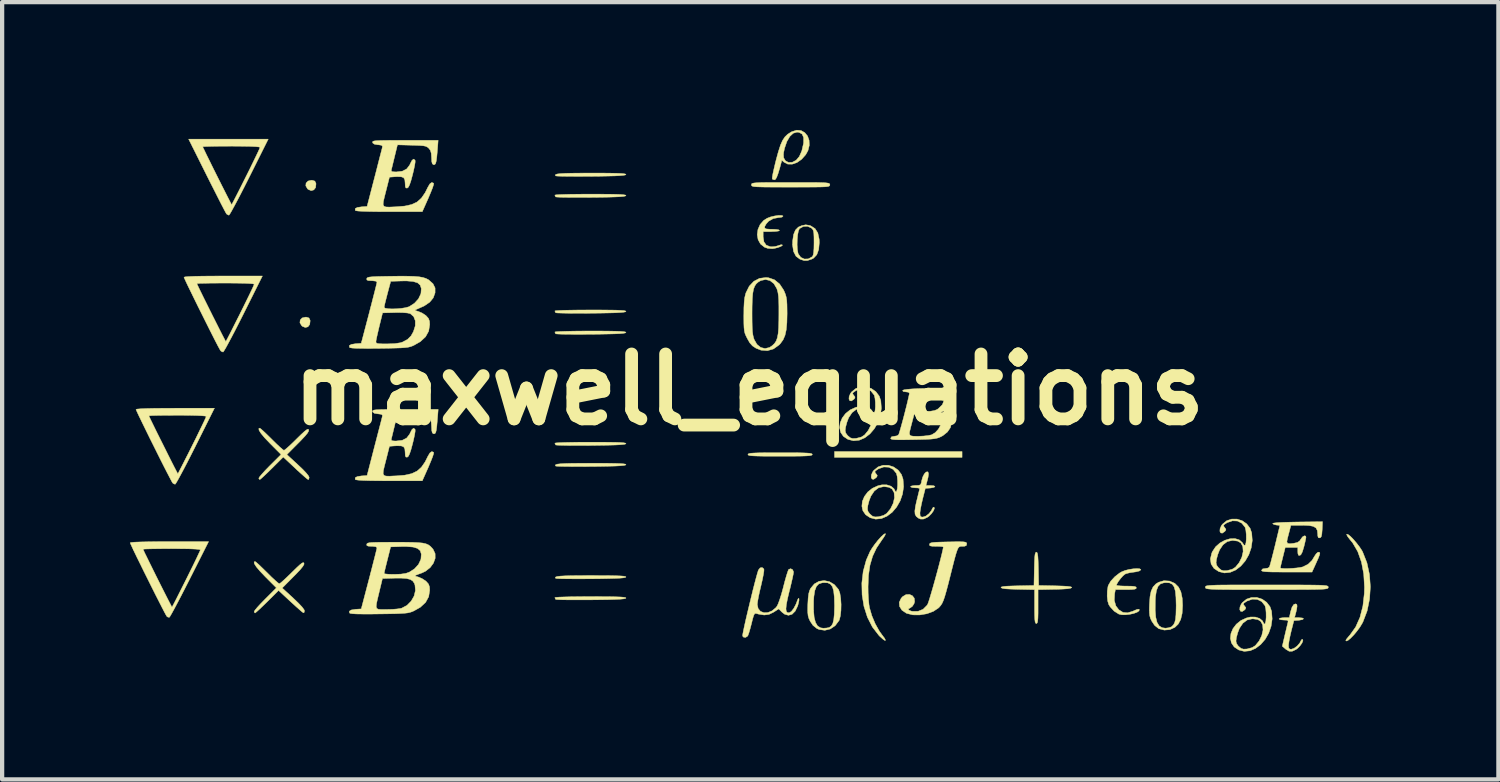
<source format=kicad_pcb>
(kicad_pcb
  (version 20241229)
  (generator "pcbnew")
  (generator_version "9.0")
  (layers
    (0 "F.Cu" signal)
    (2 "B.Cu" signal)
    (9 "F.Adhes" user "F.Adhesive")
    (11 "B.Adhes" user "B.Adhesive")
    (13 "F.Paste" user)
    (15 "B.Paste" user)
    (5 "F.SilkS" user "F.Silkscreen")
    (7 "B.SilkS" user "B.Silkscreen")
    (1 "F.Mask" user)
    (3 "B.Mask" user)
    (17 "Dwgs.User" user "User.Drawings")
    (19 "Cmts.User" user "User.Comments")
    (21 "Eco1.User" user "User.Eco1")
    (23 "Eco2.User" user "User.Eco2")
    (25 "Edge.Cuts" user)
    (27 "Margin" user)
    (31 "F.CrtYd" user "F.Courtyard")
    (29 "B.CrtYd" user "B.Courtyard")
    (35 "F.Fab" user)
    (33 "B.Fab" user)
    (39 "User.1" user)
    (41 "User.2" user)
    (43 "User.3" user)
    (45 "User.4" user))
  (footprint "maxwell_equations"
    (layer "F.Cu")
    (at 14.531 6.092)
    (property "Reference" "maxwell_equations" (at 0 0 0) (layer "F.SilkS") (effects (font (size 1.524 1.524) (thickness 0.3))))
    (attr through_hole)
    (fp_poly (pts (xy 4.998 1.593) (xy 2.005 1.593) (xy 2.005 1.455) (xy 4.998 1.455) (xy 4.998 1.593)) (stroke (width 0.01) (type solid)) (fill yes) (layer "F.SilkS"))
    (fp_poly (pts (xy -10.388 -1.698) (xy -10.329 -1.679) (xy -10.305 -1.629) (xy -10.302 -1.612) (xy -10.312 -1.527) (xy -10.354 -1.472) (xy -10.416 -1.456) (xy -10.485 -1.484) (xy -10.501 -1.499) (xy -10.542 -1.567) (xy -10.535 -1.632) (xy -10.49 -1.68) (xy -10.411 -1.699) (xy -10.388 -1.698)) (stroke (width 0.01) (type solid)) (fill yes) (layer "F.SilkS"))
    (fp_poly (pts (xy -10.251 -4.91) (xy -10.192 -4.892) (xy -10.167 -4.842) (xy -10.165 -4.824) (xy -10.174 -4.739) (xy -10.217 -4.685) (xy -10.279 -4.668) (xy -10.348 -4.697) (xy -10.364 -4.711) (xy -10.404 -4.78) (xy -10.398 -4.845) (xy -10.352 -4.893) (xy -10.274 -4.912) (xy -10.251 -4.91)) (stroke (width 0.01) (type solid)) (fill yes) (layer "F.SilkS"))
    (fp_poly (pts (xy -3.472 -4.585) (xy -3.277 -4.584) (xy -3.127 -4.581) (xy -3.017 -4.577) (xy -2.945 -4.571) (xy -2.904 -4.564) (xy -2.89 -4.554) (xy -2.89 -4.551) (xy -2.907 -4.541) (xy -2.952 -4.532) (xy -3.03 -4.525) (xy -3.146 -4.52) (xy -3.304 -4.515) (xy -3.509 -4.512) (xy -3.711 -4.51) (xy -3.917 -4.509) (xy -4.104 -4.509) (xy -4.267 -4.51) (xy -4.398 -4.512) (xy -4.49 -4.516) (xy -4.536 -4.52) (xy -4.54 -4.521) (xy -4.558 -4.56) (xy -4.558 -4.563) (xy -4.532 -4.569) (xy -4.457 -4.574) (xy -4.341 -4.578) (xy -4.19 -4.582) (xy -4.01 -4.584) (xy -3.809 -4.586) (xy -3.718 -4.586) (xy -3.472 -4.585)) (stroke (width 0.01) (type solid)) (fill yes) (layer "F.SilkS"))
    (fp_poly (pts (xy -3.472 -1.867) (xy -3.277 -1.865) (xy -3.127 -1.863) (xy -3.017 -1.858) (xy -2.945 -1.853) (xy -2.904 -1.845) (xy -2.89 -1.836) (xy -2.89 -1.833) (xy -2.907 -1.822) (xy -2.952 -1.814) (xy -3.03 -1.807) (xy -3.146 -1.801) (xy -3.304 -1.797) (xy -3.509 -1.793) (xy -3.711 -1.791) (xy -3.917 -1.79) (xy -4.104 -1.79) (xy -4.267 -1.791) (xy -4.398 -1.794) (xy -4.49 -1.797) (xy -4.536 -1.801) (xy -4.54 -1.803) (xy -4.558 -1.842) (xy -4.558 -1.844) (xy -4.532 -1.85) (xy -4.457 -1.855) (xy -4.341 -1.86) (xy -4.19 -1.863) (xy -4.01 -1.866) (xy -3.809 -1.867) (xy -3.718 -1.867) (xy -3.472 -1.867)) (stroke (width 0.01) (type solid)) (fill yes) (layer "F.SilkS"))
    (fp_poly (pts (xy -3.472 -1.373) (xy -3.277 -1.371) (xy -3.127 -1.368) (xy -3.017 -1.364) (xy -2.945 -1.358) (xy -2.904 -1.351) (xy -2.89 -1.341) (xy -2.89 -1.339) (xy -2.907 -1.328) (xy -2.952 -1.319) (xy -3.03 -1.312) (xy -3.146 -1.307) (xy -3.304 -1.303) (xy -3.509 -1.299) (xy -3.711 -1.297) (xy -3.917 -1.296) (xy -4.104 -1.296) (xy -4.267 -1.297) (xy -4.398 -1.299) (xy -4.49 -1.303) (xy -4.536 -1.307) (xy -4.54 -1.308) (xy -4.558 -1.348) (xy -4.558 -1.35) (xy -4.532 -1.356) (xy -4.457 -1.361) (xy -4.341 -1.365) (xy -4.19 -1.369) (xy -4.01 -1.372) (xy -3.809 -1.373) (xy -3.718 -1.373) (xy -3.472 -1.373)) (stroke (width 0.01) (type solid)) (fill yes) (layer "F.SilkS"))
    (fp_poly (pts (xy -3.472 1.236) (xy -3.277 1.238) (xy -3.127 1.24) (xy -3.017 1.244) (xy -2.945 1.25) (xy -2.904 1.258) (xy -2.89 1.267) (xy -2.89 1.27) (xy -2.907 1.281) (xy -2.952 1.289) (xy -3.03 1.296) (xy -3.146 1.302) (xy -3.304 1.306) (xy -3.509 1.309) (xy -3.711 1.312) (xy -3.917 1.313) (xy -4.104 1.313) (xy -4.267 1.312) (xy -4.398 1.309) (xy -4.49 1.306) (xy -4.536 1.302) (xy -4.54 1.3) (xy -4.558 1.261) (xy -4.558 1.259) (xy -4.532 1.253) (xy -4.457 1.248) (xy -4.341 1.243) (xy -4.19 1.24) (xy -4.01 1.237) (xy -3.809 1.236) (xy -3.718 1.236) (xy -3.472 1.236)) (stroke (width 0.01) (type solid)) (fill yes) (layer "F.SilkS"))
    (fp_poly (pts (xy -3.472 4.861) (xy -3.277 4.862) (xy -3.127 4.865) (xy -3.017 4.869) (xy -2.945 4.875) (xy -2.904 4.882) (xy -2.89 4.892) (xy -2.89 4.895) (xy -2.907 4.905) (xy -2.952 4.914) (xy -3.03 4.921) (xy -3.146 4.926) (xy -3.304 4.931) (xy -3.509 4.934) (xy -3.711 4.936) (xy -3.917 4.937) (xy -4.104 4.937) (xy -4.267 4.936) (xy -4.398 4.934) (xy -4.49 4.93) (xy -4.536 4.926) (xy -4.54 4.925) (xy -4.558 4.886) (xy -4.558 4.883) (xy -4.532 4.878) (xy -4.457 4.872) (xy -4.341 4.868) (xy -4.19 4.864) (xy -4.01 4.862) (xy -3.809 4.86) (xy -3.718 4.86) (xy -3.472 4.861)) (stroke (width 0.01) (type solid)) (fill yes) (layer "F.SilkS"))
    (fp_poly (pts (xy -3.46 -5.08) (xy -3.266 -5.078) (xy -3.119 -5.075) (xy -3.012 -5.071) (xy -2.941 -5.065) (xy -2.902 -5.057) (xy -2.89 -5.048) (xy -2.89 -5.046) (xy -2.907 -5.035) (xy -2.952 -5.027) (xy -3.03 -5.02) (xy -3.146 -5.014) (xy -3.304 -5.01) (xy -3.509 -5.006) (xy -3.711 -5.004) (xy -3.917 -5.003) (xy -4.104 -5.003) (xy -4.267 -5.004) (xy -4.398 -5.006) (xy -4.489 -5.009) (xy -4.535 -5.013) (xy -4.539 -5.015) (xy -4.549 -5.033) (xy -4.537 -5.047) (xy -4.499 -5.059) (xy -4.429 -5.067) (xy -4.324 -5.073) (xy -4.178 -5.077) (xy -3.986 -5.079) (xy -3.746 -5.08) (xy -3.703 -5.08) (xy -3.46 -5.08)) (stroke (width 0.01) (type solid)) (fill yes) (layer "F.SilkS"))
    (fp_poly (pts (xy -3.46 1.73) (xy -3.266 1.732) (xy -3.119 1.735) (xy -3.012 1.739) (xy -2.941 1.745) (xy -2.902 1.752) (xy -2.89 1.762) (xy -2.89 1.764) (xy -2.907 1.775) (xy -2.952 1.783) (xy -3.03 1.79) (xy -3.146 1.796) (xy -3.304 1.8) (xy -3.509 1.804) (xy -3.711 1.806) (xy -3.917 1.807) (xy -4.104 1.807) (xy -4.267 1.806) (xy -4.398 1.804) (xy -4.489 1.801) (xy -4.535 1.797) (xy -4.539 1.795) (xy -4.549 1.777) (xy -4.537 1.763) (xy -4.499 1.751) (xy -4.429 1.743) (xy -4.324 1.737) (xy -4.178 1.733) (xy -3.986 1.731) (xy -3.746 1.73) (xy -3.703 1.73) (xy -3.46 1.73)) (stroke (width 0.01) (type solid)) (fill yes) (layer "F.SilkS"))
    (fp_poly (pts (xy -3.46 4.367) (xy -3.266 4.368) (xy -3.119 4.371) (xy -3.012 4.375) (xy -2.941 4.381) (xy -2.902 4.389) (xy -2.89 4.398) (xy -2.89 4.4) (xy -2.907 4.411) (xy -2.952 4.42) (xy -3.03 4.427) (xy -3.146 4.432) (xy -3.304 4.436) (xy -3.509 4.44) (xy -3.711 4.442) (xy -3.917 4.443) (xy -4.104 4.443) (xy -4.267 4.442) (xy -4.398 4.44) (xy -4.489 4.437) (xy -4.535 4.433) (xy -4.539 4.431) (xy -4.549 4.413) (xy -4.537 4.399) (xy -4.499 4.387) (xy -4.429 4.379) (xy -4.324 4.373) (xy -4.178 4.369) (xy -3.986 4.367) (xy -3.746 4.366) (xy -3.703 4.366) (xy -3.46 4.367)) (stroke (width 0.01) (type solid)) (fill yes) (layer "F.SilkS"))
    (fp_poly (pts (xy 0.954 1.483) (xy 1.131 1.484) (xy 1.264 1.487) (xy 1.36 1.491) (xy 1.424 1.496) (xy 1.462 1.504) (xy 1.479 1.514) (xy 1.483 1.524) (xy 1.477 1.536) (xy 1.455 1.546) (xy 1.411 1.553) (xy 1.34 1.558) (xy 1.235 1.562) (xy 1.092 1.564) (xy 0.903 1.565) (xy 0.728 1.565) (xy 0.502 1.565) (xy 0.325 1.564) (xy 0.191 1.561) (xy 0.095 1.557) (xy 0.031 1.552) (xy -0.007 1.544) (xy -0.024 1.534) (xy -0.027 1.524) (xy -0.021 1.512) (xy 0.001 1.502) (xy 0.044 1.495) (xy 0.116 1.49) (xy 0.22 1.486) (xy 0.364 1.484) (xy 0.552 1.483) (xy 0.728 1.483) (xy 0.954 1.483)) (stroke (width 0.01) (type solid)) (fill yes) (layer "F.SilkS"))
    (fp_poly (pts (xy 3.201 3.384) (xy 3.194 3.412) (xy 3.16 3.469) (xy 3.117 3.53) (xy 2.991 3.718) (xy 2.899 3.912) (xy 2.837 4.123) (xy 2.802 4.363) (xy 2.792 4.627) (xy 2.794 4.776) (xy 2.802 4.922) (xy 2.814 5.048) (xy 2.826 5.121) (xy 2.881 5.31) (xy 2.961 5.5) (xy 3.056 5.67) (xy 3.12 5.759) (xy 3.18 5.839) (xy 3.202 5.884) (xy 3.189 5.891) (xy 3.145 5.862) (xy 3.071 5.796) (xy 3.045 5.769) (xy 2.894 5.574) (xy 2.777 5.345) (xy 2.696 5.09) (xy 2.652 4.82) (xy 2.646 4.543) (xy 2.678 4.267) (xy 2.75 4.003) (xy 2.838 3.803) (xy 2.888 3.72) (xy 2.953 3.628) (xy 3.024 3.539) (xy 3.093 3.462) (xy 3.152 3.406) (xy 3.191 3.382) (xy 3.201 3.384)) (stroke (width 0.01) (type solid)) (fill yes) (layer "F.SilkS"))
    (fp_poly (pts (xy 14.06 3.404) (xy 14.115 3.448) (xy 14.184 3.519) (xy 14.257 3.604) (xy 14.327 3.695) (xy 14.384 3.782) (xy 14.401 3.815) (xy 14.5 4.066) (xy 14.56 4.341) (xy 14.581 4.63) (xy 14.562 4.919) (xy 14.505 5.196) (xy 14.409 5.448) (xy 14.388 5.489) (xy 14.334 5.578) (xy 14.267 5.669) (xy 14.196 5.755) (xy 14.126 5.827) (xy 14.067 5.879) (xy 14.024 5.903) (xy 14.005 5.891) (xy 14.004 5.887) (xy 14.021 5.858) (xy 14.065 5.804) (xy 14.104 5.759) (xy 14.236 5.574) (xy 14.337 5.347) (xy 14.405 5.083) (xy 14.439 4.787) (xy 14.443 4.641) (xy 14.425 4.33) (xy 14.372 4.05) (xy 14.285 3.804) (xy 14.166 3.599) (xy 14.102 3.521) (xy 14.052 3.457) (xy 14.026 3.41) (xy 14.027 3.394) (xy 14.06 3.404)) (stroke (width 0.01) (type solid)) (fill yes) (layer "F.SilkS"))
    (fp_poly (pts (xy 1.224 -4.86) (xy 1.423 -4.86) (xy 1.578 -4.859) (xy 1.695 -4.856) (xy 1.779 -4.853) (xy 1.835 -4.847) (xy 1.87 -4.84) (xy 1.887 -4.83) (xy 1.894 -4.818) (xy 1.895 -4.805) (xy 1.893 -4.791) (xy 1.885 -4.779) (xy 1.865 -4.769) (xy 1.827 -4.762) (xy 1.766 -4.757) (xy 1.677 -4.754) (xy 1.554 -4.752) (xy 1.391 -4.751) (xy 1.183 -4.751) (xy 0.975 -4.75) (xy 0.726 -4.751) (xy 0.527 -4.751) (xy 0.371 -4.752) (xy 0.254 -4.755) (xy 0.171 -4.758) (xy 0.114 -4.763) (xy 0.08 -4.771) (xy 0.062 -4.781) (xy 0.056 -4.793) (xy 0.055 -4.805) (xy 0.056 -4.82) (xy 0.064 -4.832) (xy 0.085 -4.841) (xy 0.122 -4.848) (xy 0.183 -4.853) (xy 0.272 -4.857) (xy 0.396 -4.859) (xy 0.559 -4.86) (xy 0.766 -4.86) (xy 0.975 -4.86) (xy 1.224 -4.86)) (stroke (width 0.01) (type solid)) (fill yes) (layer "F.SilkS"))
    (fp_poly (pts (xy 0.794 -4.075) (xy 0.796 -4.068) (xy 0.772 -4.047) (xy 0.711 -4.037) (xy 0.699 -4.037) (xy 0.568 -4.013) (xy 0.457 -3.95) (xy 0.402 -3.888) (xy 0.367 -3.826) (xy 0.366 -3.788) (xy 0.404 -3.769) (xy 0.489 -3.762) (xy 0.535 -3.762) (xy 0.629 -3.758) (xy 0.693 -3.748) (xy 0.714 -3.734) (xy 0.689 -3.72) (xy 0.62 -3.711) (xy 0.522 -3.707) (xy 0.33 -3.707) (xy 0.33 -3.583) (xy 0.348 -3.466) (xy 0.402 -3.389) (xy 0.493 -3.353) (xy 0.537 -3.35) (xy 0.62 -3.358) (xy 0.687 -3.378) (xy 0.69 -3.379) (xy 0.747 -3.398) (xy 0.777 -3.396) (xy 0.781 -3.381) (xy 0.744 -3.358) (xy 0.68 -3.334) (xy 0.602 -3.314) (xy 0.549 -3.305) (xy 0.439 -3.313) (xy 0.362 -3.34) (xy 0.268 -3.415) (xy 0.211 -3.518) (xy 0.191 -3.636) (xy 0.208 -3.758) (xy 0.259 -3.873) (xy 0.344 -3.97) (xy 0.424 -4.02) (xy 0.505 -4.051) (xy 0.598 -4.073) (xy 0.686 -4.086) (xy 0.757 -4.087) (xy 0.794 -4.075)) (stroke (width 0.01) (type solid)) (fill yes) (layer "F.SilkS"))
    (fp_poly (pts (xy 1.413 -3.853) (xy 1.448 -3.841) (xy 1.548 -3.777) (xy 1.613 -3.674) (xy 1.644 -3.529) (xy 1.648 -3.452) (xy 1.633 -3.286) (xy 1.589 -3.164) (xy 1.514 -3.084) (xy 1.471 -3.061) (xy 1.371 -3.028) (xy 1.286 -3.028) (xy 1.192 -3.06) (xy 1.101 -3.128) (xy 1.043 -3.239) (xy 1.02 -3.39) (xy 1.02 -3.4) (xy 1.127 -3.4) (xy 1.133 -3.289) (xy 1.148 -3.202) (xy 1.155 -3.182) (xy 1.213 -3.102) (xy 1.297 -3.063) (xy 1.39 -3.066) (xy 1.477 -3.114) (xy 1.483 -3.119) (xy 1.503 -3.153) (xy 1.515 -3.215) (xy 1.522 -3.312) (xy 1.524 -3.45) (xy 1.523 -3.58) (xy 1.519 -3.667) (xy 1.51 -3.722) (xy 1.493 -3.758) (xy 1.467 -3.786) (xy 1.456 -3.794) (xy 1.37 -3.832) (xy 1.273 -3.827) (xy 1.188 -3.78) (xy 1.181 -3.774) (xy 1.158 -3.723) (xy 1.14 -3.633) (xy 1.13 -3.52) (xy 1.127 -3.4) (xy 1.02 -3.4) (xy 1.022 -3.487) (xy 1.044 -3.637) (xy 1.087 -3.742) (xy 1.156 -3.812) (xy 1.238 -3.848) (xy 1.329 -3.866) (xy 1.413 -3.853)) (stroke (width 0.01) (type solid)) (fill yes) (layer "F.SilkS"))
    (fp_poly (pts (xy 6.758 3.826) (xy 6.769 3.859) (xy 6.778 3.922) (xy 6.784 4.024) (xy 6.788 4.172) (xy 6.789 4.208) (xy 6.796 4.599) (xy 7.19 4.607) (xy 7.353 4.612) (xy 7.466 4.618) (xy 7.537 4.627) (xy 7.569 4.638) (xy 7.572 4.648) (xy 7.547 4.663) (xy 7.481 4.675) (xy 7.369 4.683) (xy 7.208 4.689) (xy 7.172 4.689) (xy 6.782 4.697) (xy 6.782 5.094) (xy 6.782 5.252) (xy 6.779 5.363) (xy 6.773 5.435) (xy 6.763 5.475) (xy 6.749 5.49) (xy 6.741 5.492) (xy 6.725 5.484) (xy 6.713 5.456) (xy 6.706 5.4) (xy 6.702 5.308) (xy 6.7 5.173) (xy 6.7 5.094) (xy 6.7 4.697) (xy 6.311 4.689) (xy 6.14 4.684) (xy 6.019 4.677) (xy 5.945 4.666) (xy 5.913 4.651) (xy 5.911 4.648) (xy 5.921 4.634) (xy 5.965 4.623) (xy 6.049 4.615) (xy 6.178 4.61) (xy 6.293 4.607) (xy 6.686 4.599) (xy 6.694 4.208) (xy 6.698 4.05) (xy 6.703 3.939) (xy 6.711 3.869) (xy 6.722 3.831) (xy 6.738 3.817) (xy 6.741 3.817) (xy 6.758 3.826)) (stroke (width 0.01) (type solid)) (fill yes) (layer "F.SilkS"))
    (fp_poly (pts (xy 12.469 4.586) (xy 12.736 4.586) (xy 12.957 4.587) (xy 13.137 4.588) (xy 13.279 4.59) (xy 13.388 4.592) (xy 13.468 4.596) (xy 13.524 4.601) (xy 13.56 4.607) (xy 13.58 4.615) (xy 13.59 4.624) (xy 13.592 4.636) (xy 13.592 4.641) (xy 13.591 4.653) (xy 13.585 4.663) (xy 13.57 4.671) (xy 13.54 4.678) (xy 13.492 4.684) (xy 13.422 4.688) (xy 13.325 4.691) (xy 13.196 4.693) (xy 13.032 4.694) (xy 12.827 4.695) (xy 12.579 4.695) (xy 12.281 4.696) (xy 12.151 4.696) (xy 11.833 4.696) (xy 11.566 4.695) (xy 11.344 4.695) (xy 11.165 4.694) (xy 11.023 4.692) (xy 10.914 4.689) (xy 10.834 4.685) (xy 10.778 4.68) (xy 10.742 4.674) (xy 10.721 4.666) (xy 10.712 4.657) (xy 10.709 4.646) (xy 10.709 4.641) (xy 10.71 4.629) (xy 10.716 4.618) (xy 10.732 4.61) (xy 10.762 4.603) (xy 10.809 4.598) (xy 10.88 4.594) (xy 10.977 4.59) (xy 11.105 4.588) (xy 11.27 4.587) (xy 11.474 4.586) (xy 11.723 4.586) (xy 12.021 4.586) (xy 12.151 4.586) (xy 12.469 4.586)) (stroke (width 0.01) (type solid)) (fill yes) (layer "F.SilkS"))
    (fp_poly (pts (xy 12.855 5.045) (xy 12.861 5.082) (xy 12.852 5.153) (xy 12.839 5.211) (xy 12.801 5.355) (xy 12.908 5.355) (xy 12.986 5.362) (xy 13.013 5.379) (xy 12.99 5.399) (xy 12.917 5.413) (xy 12.901 5.415) (xy 12.786 5.423) (xy 12.723 5.67) (xy 12.695 5.791) (xy 12.673 5.902) (xy 12.661 5.985) (xy 12.659 6.007) (xy 12.665 6.069) (xy 12.692 6.093) (xy 12.724 6.096) (xy 12.79 6.074) (xy 12.863 6.02) (xy 12.924 5.95) (xy 12.948 5.901) (xy 12.972 5.865) (xy 12.991 5.864) (xy 12.998 5.896) (xy 12.975 5.952) (xy 12.929 6.016) (xy 12.871 6.075) (xy 12.837 6.1) (xy 12.748 6.142) (xy 12.674 6.142) (xy 12.599 6.097) (xy 12.588 6.088) (xy 12.514 6.024) (xy 12.574 5.765) (xy 12.602 5.648) (xy 12.626 5.547) (xy 12.643 5.477) (xy 12.648 5.458) (xy 12.649 5.427) (xy 12.618 5.413) (xy 12.551 5.41) (xy 12.481 5.404) (xy 12.442 5.389) (xy 12.439 5.382) (xy 12.464 5.365) (xy 12.525 5.356) (xy 12.558 5.355) (xy 12.678 5.355) (xy 12.711 5.206) (xy 12.743 5.106) (xy 12.784 5.045) (xy 12.828 5.03) (xy 12.855 5.045)) (stroke (width 0.01) (type solid)) (fill yes) (layer "F.SilkS"))
    (fp_poly (pts (xy 1.22 -6.078) (xy 1.306 -6.029) (xy 1.371 -5.951) (xy 1.408 -5.849) (xy 1.413 -5.732) (xy 1.382 -5.608) (xy 1.329 -5.512) (xy 1.232 -5.403) (xy 1.123 -5.327) (xy 1.011 -5.289) (xy 0.906 -5.291) (xy 0.819 -5.336) (xy 0.812 -5.343) (xy 0.777 -5.373) (xy 0.767 -5.377) (xy 0.72 -5.2) (xy 0.681 -5.071) (xy 0.649 -4.985) (xy 0.622 -4.937) (xy 0.6 -4.921) (xy 0.555 -4.931) (xy 0.543 -4.948) (xy 0.545 -4.986) (xy 0.559 -5.067) (xy 0.584 -5.18) (xy 0.616 -5.317) (xy 0.636 -5.395) (xy 0.675 -5.539) (xy 0.806 -5.539) (xy 0.811 -5.439) (xy 0.854 -5.367) (xy 0.925 -5.33) (xy 1.013 -5.333) (xy 1.105 -5.382) (xy 1.179 -5.469) (xy 1.237 -5.601) (xy 1.275 -5.766) (xy 1.279 -5.792) (xy 1.28 -5.914) (xy 1.244 -5.996) (xy 1.172 -6.036) (xy 1.124 -6.041) (xy 1.036 -6.015) (xy 0.955 -5.939) (xy 0.886 -5.82) (xy 0.832 -5.663) (xy 0.806 -5.539) (xy 0.675 -5.539) (xy 0.689 -5.588) (xy 0.737 -5.736) (xy 0.786 -5.847) (xy 0.841 -5.929) (xy 0.905 -5.991) (xy 0.985 -6.042) (xy 1 -6.05) (xy 1.116 -6.087) (xy 1.22 -6.078)) (stroke (width 0.01) (type solid)) (fill yes) (layer "F.SilkS"))
    (fp_poly (pts (xy 9.867 4.495) (xy 9.985 4.546) (xy 9.993 4.551) (xy 10.078 4.636) (xy 10.134 4.748) (xy 10.165 4.897) (xy 10.174 5.066) (xy 10.163 5.254) (xy 10.129 5.398) (xy 10.07 5.507) (xy 9.993 5.581) (xy 9.876 5.635) (xy 9.745 5.646) (xy 9.619 5.614) (xy 9.611 5.61) (xy 9.517 5.535) (xy 9.451 5.437) (xy 9.421 5.373) (xy 9.403 5.311) (xy 9.395 5.236) (xy 9.395 5.177) (xy 9.531 5.177) (xy 9.544 5.343) (xy 9.574 5.465) (xy 9.623 5.546) (xy 9.691 5.589) (xy 9.771 5.601) (xy 9.85 5.591) (xy 9.911 5.57) (xy 9.915 5.567) (xy 9.958 5.525) (xy 9.988 5.47) (xy 10.008 5.393) (xy 10.018 5.284) (xy 10.022 5.133) (xy 10.023 5.067) (xy 10.018 4.875) (xy 10.004 4.732) (xy 9.975 4.631) (xy 9.93 4.569) (xy 9.865 4.537) (xy 9.776 4.532) (xy 9.734 4.536) (xy 9.655 4.561) (xy 9.598 4.62) (xy 9.56 4.719) (xy 9.538 4.862) (xy 9.533 4.961) (xy 9.531 5.177) (xy 9.395 5.177) (xy 9.394 5.132) (xy 9.397 5.039) (xy 9.409 4.862) (xy 9.436 4.73) (xy 9.481 4.633) (xy 9.548 4.562) (xy 9.612 4.523) (xy 9.735 4.487) (xy 9.867 4.495)) (stroke (width 0.01) (type solid)) (fill yes) (layer "F.SilkS"))
    (fp_poly (pts (xy -11.732 -4.984) (xy -11.835 -4.78) (xy -11.931 -4.592) (xy -12.018 -4.426) (xy -12.092 -4.288) (xy -12.15 -4.182) (xy -12.19 -4.115) (xy -12.209 -4.091) (xy -12.252 -4.111) (xy -12.268 -4.126) (xy -12.286 -4.158) (xy -12.326 -4.233) (xy -12.385 -4.346) (xy -12.458 -4.49) (xy -12.544 -4.66) (xy -12.64 -4.849) (xy -12.725 -5.018) (xy -13.064 -5.698) (xy -12.824 -5.698) (xy -12.812 -5.671) (xy -12.779 -5.603) (xy -12.73 -5.501) (xy -12.667 -5.374) (xy -12.596 -5.229) (xy -12.518 -5.073) (xy -12.439 -4.915) (xy -12.362 -4.762) (xy -12.291 -4.622) (xy -12.23 -4.502) (xy -12.183 -4.41) (xy -12.153 -4.353) (xy -12.144 -4.339) (xy -12.131 -4.362) (xy -12.096 -4.428) (xy -12.043 -4.531) (xy -11.975 -4.664) (xy -11.896 -4.821) (xy -11.809 -4.995) (xy -11.808 -4.997) (xy -11.72 -5.173) (xy -11.642 -5.333) (xy -11.575 -5.471) (xy -11.523 -5.58) (xy -11.49 -5.653) (xy -11.478 -5.684) (xy -11.505 -5.693) (xy -11.585 -5.701) (xy -11.716 -5.707) (xy -11.896 -5.71) (xy -12.123 -5.712) (xy -12.151 -5.712) (xy -12.336 -5.711) (xy -12.503 -5.71) (xy -12.642 -5.707) (xy -12.746 -5.704) (xy -12.809 -5.701) (xy -12.824 -5.698) (xy -13.064 -5.698) (xy -13.153 -5.876) (xy -11.286 -5.876) (xy -11.732 -4.984)) (stroke (width 0.01) (type solid)) (fill yes) (layer "F.SilkS"))
    (fp_poly (pts (xy -11.568 4.055) (xy -11.511 4.105) (xy -11.432 4.181) (xy -11.337 4.274) (xy -11.313 4.297) (xy -11.216 4.394) (xy -11.13 4.474) (xy -11.066 4.531) (xy -11.029 4.557) (xy -11.026 4.558) (xy -10.997 4.54) (xy -10.938 4.489) (xy -10.857 4.414) (xy -10.76 4.321) (xy -10.731 4.292) (xy -10.622 4.185) (xy -10.545 4.114) (xy -10.494 4.074) (xy -10.464 4.061) (xy -10.448 4.071) (xy -10.446 4.075) (xy -10.447 4.106) (xy -10.475 4.153) (xy -10.532 4.223) (xy -10.623 4.32) (xy -10.693 4.391) (xy -10.958 4.658) (xy -10.697 4.898) (xy -10.579 5.011) (xy -10.493 5.102) (xy -10.445 5.167) (xy -10.435 5.194) (xy -10.445 5.235) (xy -10.461 5.24) (xy -10.49 5.219) (xy -10.551 5.167) (xy -10.635 5.092) (xy -10.735 5.001) (xy -10.766 4.973) (xy -11.043 4.715) (xy -11.309 4.98) (xy -11.408 5.076) (xy -11.493 5.157) (xy -11.557 5.215) (xy -11.592 5.243) (xy -11.595 5.245) (xy -11.614 5.223) (xy -11.615 5.21) (xy -11.597 5.179) (xy -11.546 5.117) (xy -11.47 5.034) (xy -11.377 4.938) (xy -11.354 4.915) (xy -11.094 4.655) (xy -11.354 4.394) (xy -11.479 4.263) (xy -11.565 4.161) (xy -11.611 4.088) (xy -11.617 4.046) (xy -11.594 4.037) (xy -11.568 4.055)) (stroke (width 0.01) (type solid)) (fill yes) (layer "F.SilkS"))
    (fp_poly (pts (xy -11.458 0.925) (xy -11.401 0.975) (xy -11.322 1.05) (xy -11.227 1.143) (xy -11.203 1.167) (xy -11.106 1.263) (xy -11.021 1.343) (xy -10.956 1.4) (xy -10.92 1.427) (xy -10.916 1.428) (xy -10.888 1.409) (xy -10.829 1.359) (xy -10.747 1.284) (xy -10.65 1.19) (xy -10.622 1.162) (xy -10.513 1.055) (xy -10.435 0.983) (xy -10.384 0.944) (xy -10.354 0.931) (xy -10.338 0.94) (xy -10.336 0.945) (xy -10.338 0.975) (xy -10.365 1.023) (xy -10.422 1.092) (xy -10.513 1.189) (xy -10.583 1.26) (xy -10.849 1.527) (xy -10.587 1.768) (xy -10.476 1.873) (xy -10.392 1.962) (xy -10.34 2.028) (xy -10.325 2.062) (xy -10.334 2.105) (xy -10.346 2.114) (xy -10.373 2.097) (xy -10.431 2.048) (xy -10.514 1.974) (xy -10.614 1.884) (xy -10.65 1.849) (xy -10.933 1.584) (xy -11.199 1.849) (xy -11.298 1.946) (xy -11.383 2.027) (xy -11.447 2.085) (xy -11.482 2.113) (xy -11.485 2.114) (xy -11.504 2.093) (xy -11.506 2.08) (xy -11.487 2.048) (xy -11.436 1.987) (xy -11.361 1.904) (xy -11.267 1.807) (xy -11.245 1.785) (xy -10.984 1.525) (xy -11.245 1.263) (xy -11.369 1.133) (xy -11.455 1.03) (xy -11.501 0.957) (xy -11.507 0.916) (xy -11.484 0.906) (xy -11.458 0.925)) (stroke (width 0.01) (type solid)) (fill yes) (layer "F.SilkS"))
    (fp_poly (pts (xy 1.885 4.509) (xy 1.999 4.577) (xy 2.094 4.687) (xy 2.101 4.698) (xy 2.131 4.782) (xy 2.15 4.903) (xy 2.159 5.043) (xy 2.156 5.185) (xy 2.142 5.313) (xy 2.117 5.408) (xy 2.11 5.423) (xy 2.019 5.543) (xy 1.905 5.62) (xy 1.777 5.651) (xy 1.645 5.632) (xy 1.593 5.61) (xy 1.499 5.535) (xy 1.433 5.437) (xy 1.403 5.373) (xy 1.385 5.311) (xy 1.377 5.236) (xy 1.376 5.178) (xy 1.513 5.178) (xy 1.527 5.347) (xy 1.559 5.469) (xy 1.608 5.55) (xy 1.678 5.593) (xy 1.743 5.602) (xy 1.821 5.597) (xy 1.879 5.585) (xy 1.88 5.585) (xy 1.928 5.552) (xy 1.964 5.493) (xy 1.987 5.4) (xy 2 5.267) (xy 2.005 5.086) (xy 2.005 5.066) (xy 2 4.874) (xy 1.985 4.731) (xy 1.957 4.631) (xy 1.911 4.568) (xy 1.846 4.537) (xy 1.758 4.532) (xy 1.715 4.536) (xy 1.637 4.561) (xy 1.58 4.62) (xy 1.542 4.719) (xy 1.52 4.862) (xy 1.514 4.961) (xy 1.513 5.178) (xy 1.376 5.178) (xy 1.376 5.132) (xy 1.378 5.039) (xy 1.386 4.895) (xy 1.399 4.792) (xy 1.42 4.717) (xy 1.443 4.668) (xy 1.531 4.563) (xy 1.641 4.501) (xy 1.762 4.484) (xy 1.885 4.509)) (stroke (width 0.01) (type solid)) (fill yes) (layer "F.SilkS"))
    (fp_poly (pts (xy 4.199 1.936) (xy 4.211 1.979) (xy 4.2 2.063) (xy 4.189 2.108) (xy 4.151 2.252) (xy 4.259 2.252) (xy 4.337 2.259) (xy 4.363 2.276) (xy 4.34 2.296) (xy 4.267 2.31) (xy 4.251 2.312) (xy 4.136 2.32) (xy 4.073 2.567) (xy 4.045 2.688) (xy 4.023 2.799) (xy 4.011 2.882) (xy 4.01 2.904) (xy 4.015 2.966) (xy 4.042 2.99) (xy 4.079 2.993) (xy 4.149 2.97) (xy 4.222 2.913) (xy 4.28 2.838) (xy 4.299 2.797) (xy 4.322 2.762) (xy 4.341 2.761) (xy 4.349 2.794) (xy 4.325 2.849) (xy 4.28 2.913) (xy 4.222 2.972) (xy 4.188 2.997) (xy 4.099 3.039) (xy 4.027 3.041) (xy 3.975 3.019) (xy 3.923 2.978) (xy 3.895 2.926) (xy 3.89 2.85) (xy 3.905 2.741) (xy 3.926 2.643) (xy 3.954 2.53) (xy 3.977 2.433) (xy 3.994 2.368) (xy 3.998 2.355) (xy 3.999 2.324) (xy 3.968 2.31) (xy 3.901 2.307) (xy 3.832 2.301) (xy 3.793 2.286) (xy 3.789 2.279) (xy 3.814 2.263) (xy 3.876 2.253) (xy 3.911 2.252) (xy 3.986 2.249) (xy 4.024 2.232) (xy 4.042 2.188) (xy 4.05 2.142) (xy 4.075 2.053) (xy 4.112 1.981) (xy 4.154 1.936) (xy 4.192 1.931) (xy 4.199 1.936)) (stroke (width 0.01) (type solid)) (fill yes) (layer "F.SilkS"))
    (fp_poly (pts (xy 9.166 4.207) (xy 9.194 4.224) (xy 9.194 4.232) (xy 9.158 4.259) (xy 9.076 4.279) (xy 9.032 4.285) (xy 8.935 4.299) (xy 8.853 4.32) (xy 8.822 4.333) (xy 8.775 4.372) (xy 8.718 4.436) (xy 8.665 4.506) (xy 8.63 4.567) (xy 8.622 4.592) (xy 8.648 4.602) (xy 8.715 4.609) (xy 8.813 4.613) (xy 8.856 4.613) (xy 8.972 4.615) (xy 9.044 4.621) (xy 9.079 4.634) (xy 9.089 4.654) (xy 9.079 4.675) (xy 9.044 4.687) (xy 8.974 4.694) (xy 8.859 4.696) (xy 8.843 4.696) (xy 8.597 4.696) (xy 8.579 4.793) (xy 8.571 4.948) (xy 8.608 5.078) (xy 8.677 5.169) (xy 8.774 5.23) (xy 8.882 5.241) (xy 9.008 5.203) (xy 9.034 5.19) (xy 9.105 5.161) (xy 9.15 5.156) (xy 9.157 5.161) (xy 9.152 5.195) (xy 9.105 5.227) (xy 9.028 5.255) (xy 8.933 5.276) (xy 8.835 5.287) (xy 8.744 5.286) (xy 8.677 5.27) (xy 8.568 5.201) (xy 8.474 5.099) (xy 8.441 5.047) (xy 8.416 4.964) (xy 8.404 4.85) (xy 8.407 4.729) (xy 8.423 4.623) (xy 8.432 4.594) (xy 8.489 4.496) (xy 8.582 4.395) (xy 8.693 4.308) (xy 8.745 4.278) (xy 8.823 4.247) (xy 8.917 4.223) (xy 9.014 4.208) (xy 9.101 4.202) (xy 9.166 4.207)) (stroke (width 0.01) (type solid)) (fill yes) (layer "F.SilkS"))
    (fp_poly (pts (xy -13.132 4.454) (xy -13.236 4.658) (xy -13.332 4.845) (xy -13.419 5.011) (xy -13.493 5.15) (xy -13.551 5.256) (xy -13.591 5.324) (xy -13.609 5.348) (xy -13.65 5.337) (xy -13.668 5.321) (xy -13.688 5.287) (xy -13.728 5.212) (xy -13.785 5.102) (xy -13.855 4.964) (xy -13.936 4.806) (xy -14.022 4.634) (xy -14.111 4.455) (xy -14.2 4.277) (xy -14.284 4.105) (xy -14.362 3.948) (xy -14.428 3.811) (xy -14.458 3.748) (xy -14.224 3.748) (xy -14.212 3.775) (xy -14.18 3.844) (xy -14.13 3.945) (xy -14.068 4.072) (xy -13.996 4.217) (xy -13.919 4.373) (xy -13.84 4.531) (xy -13.763 4.684) (xy -13.692 4.824) (xy -13.631 4.944) (xy -13.583 5.036) (xy -13.554 5.093) (xy -13.545 5.107) (xy -13.531 5.084) (xy -13.496 5.018) (xy -13.443 4.915) (xy -13.376 4.782) (xy -13.297 4.625) (xy -13.209 4.451) (xy -13.208 4.449) (xy -13.121 4.273) (xy -13.042 4.113) (xy -12.975 3.975) (xy -12.924 3.866) (xy -12.89 3.793) (xy -12.878 3.762) (xy -12.906 3.753) (xy -12.986 3.745) (xy -13.117 3.739) (xy -13.296 3.736) (xy -13.523 3.735) (xy -13.551 3.734) (xy -13.737 3.735) (xy -13.903 3.737) (xy -14.042 3.739) (xy -14.146 3.742) (xy -14.209 3.745) (xy -14.224 3.748) (xy -14.458 3.748) (xy -14.479 3.703) (xy -14.513 3.629) (xy -14.526 3.598) (xy -14.526 3.597) (xy -14.499 3.589) (xy -14.418 3.582) (xy -14.285 3.577) (xy -14.1 3.573) (xy -13.866 3.57) (xy -13.606 3.57) (xy -12.686 3.57) (xy -13.132 4.454)) (stroke (width 0.01) (type solid)) (fill yes) (layer "F.SilkS"))
    (fp_poly (pts (xy -12.995 1.332) (xy -13.098 1.536) (xy -13.194 1.724) (xy -13.281 1.89) (xy -13.355 2.028) (xy -13.413 2.134) (xy -13.453 2.201) (xy -13.472 2.224) (xy -13.516 2.205) (xy -13.531 2.19) (xy -13.551 2.156) (xy -13.591 2.08) (xy -13.648 1.971) (xy -13.719 1.833) (xy -13.799 1.675) (xy -13.885 1.503) (xy -13.974 1.324) (xy -14.063 1.146) (xy -14.147 0.975) (xy -14.224 0.817) (xy -14.29 0.681) (xy -14.321 0.618) (xy -14.087 0.618) (xy -14.075 0.645) (xy -14.043 0.713) (xy -13.993 0.815) (xy -13.931 0.942) (xy -13.859 1.087) (xy -13.781 1.242) (xy -13.702 1.4) (xy -13.626 1.553) (xy -13.555 1.694) (xy -13.494 1.814) (xy -13.446 1.906) (xy -13.416 1.963) (xy -13.407 1.977) (xy -13.394 1.954) (xy -13.359 1.887) (xy -13.306 1.784) (xy -13.239 1.652) (xy -13.159 1.495) (xy -13.072 1.321) (xy -13.071 1.318) (xy -12.983 1.143) (xy -12.905 0.982) (xy -12.838 0.845) (xy -12.786 0.736) (xy -12.753 0.663) (xy -12.741 0.632) (xy -12.768 0.622) (xy -12.848 0.615) (xy -12.979 0.609) (xy -13.159 0.605) (xy -13.386 0.604) (xy -13.414 0.604) (xy -13.6 0.605) (xy -13.766 0.606) (xy -13.905 0.608) (xy -14.009 0.611) (xy -14.072 0.615) (xy -14.087 0.618) (xy -14.321 0.618) (xy -14.342 0.573) (xy -14.376 0.499) (xy -14.389 0.467) (xy -14.389 0.467) (xy -14.362 0.459) (xy -14.281 0.452) (xy -14.147 0.446) (xy -13.963 0.442) (xy -13.728 0.44) (xy -13.469 0.439) (xy -12.549 0.439) (xy -12.995 1.332)) (stroke (width 0.01) (type solid)) (fill yes) (layer "F.SilkS"))
    (fp_poly (pts (xy -11.869 -1.771) (xy -11.972 -1.567) (xy -12.068 -1.379) (xy -12.155 -1.213) (xy -12.229 -1.075) (xy -12.287 -0.969) (xy -12.328 -0.902) (xy -12.346 -0.879) (xy -12.39 -0.898) (xy -12.405 -0.913) (xy -12.425 -0.947) (xy -12.466 -1.022) (xy -12.523 -1.132) (xy -12.593 -1.27) (xy -12.673 -1.428) (xy -12.759 -1.6) (xy -12.848 -1.779) (xy -12.937 -1.957) (xy -13.021 -2.128) (xy -13.098 -2.286) (xy -13.165 -2.422) (xy -13.195 -2.485) (xy -12.961 -2.485) (xy -12.949 -2.458) (xy -12.917 -2.39) (xy -12.867 -2.288) (xy -12.805 -2.161) (xy -12.733 -2.016) (xy -12.656 -1.861) (xy -12.577 -1.703) (xy -12.5 -1.55) (xy -12.429 -1.409) (xy -12.368 -1.289) (xy -12.32 -1.197) (xy -12.29 -1.14) (xy -12.282 -1.126) (xy -12.268 -1.149) (xy -12.233 -1.216) (xy -12.18 -1.318) (xy -12.113 -1.451) (xy -12.034 -1.608) (xy -11.946 -1.782) (xy -11.945 -1.785) (xy -11.858 -1.96) (xy -11.779 -2.121) (xy -11.712 -2.258) (xy -11.66 -2.367) (xy -11.627 -2.44) (xy -11.615 -2.471) (xy -11.642 -2.481) (xy -11.722 -2.488) (xy -11.853 -2.494) (xy -12.033 -2.497) (xy -12.26 -2.499) (xy -12.288 -2.499) (xy -12.474 -2.498) (xy -12.64 -2.497) (xy -12.779 -2.494) (xy -12.883 -2.492) (xy -12.946 -2.488) (xy -12.961 -2.485) (xy -13.195 -2.485) (xy -13.216 -2.53) (xy -13.25 -2.604) (xy -13.263 -2.636) (xy -13.263 -2.636) (xy -13.236 -2.644) (xy -13.155 -2.651) (xy -13.021 -2.657) (xy -12.837 -2.661) (xy -12.603 -2.663) (xy -12.343 -2.664) (xy -11.423 -2.664) (xy -11.869 -1.771)) (stroke (width 0.01) (type solid)) (fill yes) (layer "F.SilkS"))
    (fp_poly (pts (xy 0.456 -2.623) (xy 0.596 -2.575) (xy 0.715 -2.478) (xy 0.811 -2.333) (xy 0.826 -2.3) (xy 0.853 -2.234) (xy 0.871 -2.17) (xy 0.883 -2.094) (xy 0.889 -1.995) (xy 0.891 -1.859) (xy 0.892 -1.785) (xy 0.887 -1.572) (xy 0.872 -1.404) (xy 0.843 -1.272) (xy 0.798 -1.167) (xy 0.735 -1.08) (xy 0.705 -1.048) (xy 0.573 -0.953) (xy 0.429 -0.912) (xy 0.279 -0.924) (xy 0.162 -0.97) (xy 0.08 -1.024) (xy 0.016 -1.096) (xy -0.041 -1.195) (xy -0.074 -1.261) (xy -0.097 -1.317) (xy -0.111 -1.377) (xy -0.119 -1.452) (xy -0.123 -1.554) (xy -0.124 -1.695) (xy -0.124 -1.742) (xy -0.123 -1.785) (xy 0.069 -1.785) (xy 0.07 -1.6) (xy 0.073 -1.461) (xy 0.079 -1.357) (xy 0.09 -1.278) (xy 0.105 -1.215) (xy 0.119 -1.173) (xy 0.185 -1.058) (xy 0.273 -0.987) (xy 0.374 -0.962) (xy 0.479 -0.987) (xy 0.545 -1.031) (xy 0.597 -1.081) (xy 0.636 -1.14) (xy 0.663 -1.215) (xy 0.682 -1.315) (xy 0.693 -1.448) (xy 0.698 -1.621) (xy 0.699 -1.771) (xy 0.699 -1.953) (xy 0.696 -2.09) (xy 0.689 -2.192) (xy 0.678 -2.27) (xy 0.662 -2.333) (xy 0.65 -2.369) (xy 0.583 -2.484) (xy 0.492 -2.556) (xy 0.387 -2.582) (xy 0.276 -2.558) (xy 0.219 -2.526) (xy 0.169 -2.483) (xy 0.132 -2.428) (xy 0.104 -2.356) (xy 0.086 -2.256) (xy 0.075 -2.123) (xy 0.07 -1.948) (xy 0.069 -1.785) (xy -0.123 -1.785) (xy -0.122 -1.918) (xy -0.115 -2.051) (xy -0.104 -2.153) (xy -0.085 -2.234) (xy -0.075 -2.268) (xy 0.003 -2.425) (xy 0.111 -2.54) (xy 0.244 -2.609) (xy 0.396 -2.629) (xy 0.456 -2.623)) (stroke (width 0.01) (type solid)) (fill yes) (layer "F.SilkS"))
    (fp_poly (pts (xy 5.03 3.575) (xy 5.076 3.582) (xy 5.099 3.593) (xy 5.107 3.61) (xy 5.107 3.624) (xy 5.097 3.662) (xy 5.056 3.678) (xy 5.011 3.68) (xy 4.976 3.68) (xy 4.948 3.684) (xy 4.924 3.699) (xy 4.901 3.73) (xy 4.879 3.784) (xy 4.852 3.866) (xy 4.82 3.982) (xy 4.78 4.138) (xy 4.729 4.341) (xy 4.721 4.373) (xy 4.669 4.579) (xy 4.626 4.739) (xy 4.591 4.86) (xy 4.56 4.95) (xy 4.53 5.017) (xy 4.499 5.066) (xy 4.464 5.107) (xy 4.444 5.127) (xy 4.325 5.206) (xy 4.173 5.262) (xy 4.007 5.29) (xy 3.844 5.289) (xy 3.702 5.254) (xy 3.686 5.247) (xy 3.586 5.178) (xy 3.531 5.09) (xy 3.524 4.994) (xy 3.568 4.9) (xy 3.603 4.861) (xy 3.683 4.813) (xy 3.764 4.809) (xy 3.832 4.839) (xy 3.877 4.898) (xy 3.885 4.979) (xy 3.872 5.024) (xy 3.833 5.087) (xy 3.786 5.122) (xy 3.74 5.148) (xy 3.746 5.175) (xy 3.801 5.199) (xy 3.832 5.206) (xy 3.966 5.205) (xy 4.084 5.157) (xy 4.176 5.064) (xy 4.192 5.038) (xy 4.21 4.991) (xy 4.239 4.9) (xy 4.276 4.776) (xy 4.319 4.628) (xy 4.365 4.464) (xy 4.411 4.296) (xy 4.455 4.131) (xy 4.494 3.98) (xy 4.526 3.851) (xy 4.548 3.755) (xy 4.558 3.7) (xy 4.558 3.696) (xy 4.533 3.687) (xy 4.468 3.681) (xy 4.391 3.68) (xy 4.299 3.678) (xy 4.25 3.669) (xy 4.233 3.651) (xy 4.234 3.632) (xy 4.242 3.613) (xy 4.265 3.6) (xy 4.31 3.59) (xy 4.386 3.584) (xy 4.499 3.58) (xy 4.659 3.576) (xy 4.675 3.576) (xy 4.838 3.573) (xy 4.954 3.573) (xy 5.03 3.575)) (stroke (width 0.01) (type solid)) (fill yes) (layer "F.SilkS"))
    (fp_poly (pts (xy 2.749 -0.062) (xy 2.87 -0.023) (xy 2.975 0.05) (xy 3.054 0.154) (xy 3.091 0.263) (xy 3.104 0.44) (xy 3.08 0.613) (xy 3.023 0.775) (xy 2.94 0.919) (xy 2.836 1.041) (xy 2.716 1.133) (xy 2.585 1.189) (xy 2.45 1.202) (xy 2.32 1.17) (xy 2.213 1.099) (xy 2.149 1.005) (xy 2.14 0.962) (xy 2.255 0.962) (xy 2.268 1.02) (xy 2.305 1.071) (xy 2.322 1.089) (xy 2.377 1.134) (xy 2.433 1.15) (xy 2.516 1.146) (xy 2.635 1.115) (xy 2.709 1.067) (xy 2.798 0.958) (xy 2.86 0.831) (xy 2.89 0.702) (xy 2.882 0.586) (xy 2.878 0.574) (xy 2.835 0.497) (xy 2.765 0.455) (xy 2.657 0.44) (xy 2.635 0.439) (xy 2.518 0.465) (xy 2.417 0.541) (xy 2.337 0.661) (xy 2.296 0.768) (xy 2.265 0.883) (xy 2.255 0.962) (xy 2.14 0.962) (xy 2.125 0.897) (xy 2.138 0.782) (xy 2.185 0.669) (xy 2.263 0.565) (xy 2.37 0.479) (xy 2.503 0.418) (xy 2.595 0.397) (xy 2.709 0.397) (xy 2.809 0.43) (xy 2.879 0.487) (xy 2.898 0.525) (xy 2.917 0.563) (xy 2.937 0.551) (xy 2.941 0.546) (xy 2.957 0.49) (xy 2.964 0.401) (xy 2.963 0.298) (xy 2.954 0.203) (xy 2.938 0.134) (xy 2.935 0.129) (xy 2.859 0.034) (xy 2.758 -0.017) (xy 2.64 -0.022) (xy 2.518 0.02) (xy 2.503 0.029) (xy 2.445 0.067) (xy 2.429 0.094) (xy 2.447 0.125) (xy 2.456 0.135) (xy 2.486 0.177) (xy 2.477 0.209) (xy 2.456 0.231) (xy 2.401 0.268) (xy 2.363 0.262) (xy 2.344 0.223) (xy 2.348 0.164) (xy 2.378 0.094) (xy 2.403 0.059) (xy 2.505 -0.024) (xy 2.624 -0.063) (xy 2.749 -0.062)) (stroke (width 0.01) (type solid)) (fill yes) (layer "F.SilkS"))
    (fp_poly (pts (xy 3.271 1.778) (xy 3.391 1.817) (xy 3.497 1.89) (xy 3.575 1.993) (xy 3.613 2.103) (xy 3.626 2.28) (xy 3.601 2.452) (xy 3.545 2.614) (xy 3.462 2.759) (xy 3.358 2.881) (xy 3.237 2.972) (xy 3.107 3.028) (xy 2.971 3.042) (xy 2.842 3.009) (xy 2.735 2.938) (xy 2.671 2.845) (xy 2.661 2.802) (xy 2.777 2.802) (xy 2.79 2.859) (xy 2.827 2.911) (xy 2.844 2.929) (xy 2.898 2.974) (xy 2.955 2.99) (xy 3.038 2.986) (xy 3.156 2.954) (xy 3.231 2.907) (xy 3.32 2.798) (xy 3.382 2.671) (xy 3.412 2.541) (xy 3.404 2.426) (xy 3.4 2.413) (xy 3.357 2.337) (xy 3.287 2.295) (xy 3.179 2.279) (xy 3.157 2.279) (xy 3.04 2.305) (xy 2.939 2.381) (xy 2.859 2.501) (xy 2.817 2.608) (xy 2.787 2.723) (xy 2.777 2.802) (xy 2.661 2.802) (xy 2.647 2.737) (xy 2.659 2.622) (xy 2.707 2.509) (xy 2.785 2.405) (xy 2.892 2.319) (xy 3.025 2.258) (xy 3.117 2.237) (xy 3.231 2.237) (xy 3.331 2.269) (xy 3.4 2.327) (xy 3.42 2.365) (xy 3.438 2.403) (xy 3.459 2.391) (xy 3.462 2.386) (xy 3.478 2.33) (xy 3.486 2.241) (xy 3.485 2.138) (xy 3.476 2.042) (xy 3.459 1.974) (xy 3.457 1.968) (xy 3.381 1.874) (xy 3.279 1.823) (xy 3.162 1.817) (xy 3.039 1.86) (xy 3.024 1.869) (xy 2.967 1.907) (xy 2.951 1.934) (xy 2.969 1.965) (xy 2.978 1.975) (xy 3.008 2.017) (xy 2.998 2.049) (xy 2.977 2.071) (xy 2.923 2.108) (xy 2.885 2.101) (xy 2.866 2.063) (xy 2.87 2.004) (xy 2.9 1.934) (xy 2.925 1.899) (xy 3.027 1.816) (xy 3.145 1.777) (xy 3.271 1.778)) (stroke (width 0.01) (type solid)) (fill yes) (layer "F.SilkS"))
    (fp_poly (pts (xy 11.454 3.041) (xy 11.574 3.08) (xy 11.679 3.153) (xy 11.758 3.257) (xy 11.796 3.366) (xy 11.809 3.543) (xy 11.784 3.716) (xy 11.728 3.877) (xy 11.645 4.022) (xy 11.54 4.144) (xy 11.42 4.236) (xy 11.29 4.291) (xy 11.154 4.305) (xy 11.025 4.273) (xy 10.911 4.198) (xy 10.844 4.097) (xy 10.839 4.065) (xy 10.96 4.065) (xy 10.973 4.123) (xy 11.01 4.174) (xy 11.027 4.192) (xy 11.081 4.237) (xy 11.138 4.253) (xy 11.221 4.249) (xy 11.339 4.218) (xy 11.414 4.17) (xy 11.503 4.061) (xy 11.565 3.934) (xy 11.595 3.804) (xy 11.587 3.689) (xy 11.583 3.676) (xy 11.54 3.6) (xy 11.47 3.558) (xy 11.362 3.543) (xy 11.34 3.542) (xy 11.223 3.568) (xy 11.122 3.644) (xy 11.042 3.764) (xy 11 3.871) (xy 10.969 3.986) (xy 10.96 4.065) (xy 10.839 4.065) (xy 10.826 3.976) (xy 10.859 3.838) (xy 10.875 3.802) (xy 10.95 3.69) (xy 11.051 3.601) (xy 11.166 3.538) (xy 11.287 3.502) (xy 11.403 3.498) (xy 11.503 3.528) (xy 11.577 3.593) (xy 11.589 3.613) (xy 11.62 3.656) (xy 11.644 3.65) (xy 11.647 3.646) (xy 11.662 3.592) (xy 11.669 3.504) (xy 11.668 3.402) (xy 11.659 3.307) (xy 11.643 3.239) (xy 11.64 3.232) (xy 11.564 3.137) (xy 11.462 3.086) (xy 11.345 3.081) (xy 11.222 3.123) (xy 11.207 3.132) (xy 11.15 3.17) (xy 11.134 3.197) (xy 11.152 3.228) (xy 11.161 3.238) (xy 11.191 3.28) (xy 11.181 3.312) (xy 11.16 3.334) (xy 11.106 3.371) (xy 11.068 3.364) (xy 11.049 3.326) (xy 11.053 3.267) (xy 11.083 3.197) (xy 11.108 3.162) (xy 11.209 3.079) (xy 11.328 3.04) (xy 11.454 3.041)) (stroke (width 0.01) (type solid)) (fill yes) (layer "F.SilkS"))
    (fp_poly (pts (xy 11.92 4.881) (xy 12.041 4.92) (xy 12.146 4.993) (xy 12.225 5.096) (xy 12.263 5.206) (xy 12.276 5.383) (xy 12.251 5.555) (xy 12.195 5.717) (xy 12.112 5.862) (xy 12.007 5.984) (xy 11.887 6.075) (xy 11.757 6.131) (xy 11.621 6.145) (xy 11.492 6.112) (xy 11.385 6.041) (xy 11.321 5.948) (xy 11.311 5.905) (xy 11.427 5.905) (xy 11.44 5.962) (xy 11.476 6.014) (xy 11.494 6.032) (xy 11.548 6.077) (xy 11.605 6.093) (xy 11.688 6.089) (xy 11.806 6.057) (xy 11.881 6.01) (xy 11.97 5.901) (xy 12.032 5.774) (xy 12.062 5.644) (xy 12.053 5.529) (xy 12.049 5.516) (xy 12.007 5.44) (xy 11.937 5.397) (xy 11.829 5.382) (xy 11.807 5.382) (xy 11.69 5.408) (xy 11.589 5.484) (xy 11.508 5.604) (xy 11.467 5.711) (xy 11.436 5.826) (xy 11.427 5.905) (xy 11.311 5.905) (xy 11.296 5.84) (xy 11.309 5.725) (xy 11.356 5.612) (xy 11.435 5.508) (xy 11.542 5.421) (xy 11.674 5.361) (xy 11.766 5.339) (xy 11.881 5.34) (xy 11.981 5.372) (xy 12.05 5.43) (xy 12.069 5.468) (xy 12.088 5.506) (xy 12.109 5.494) (xy 12.112 5.489) (xy 12.128 5.433) (xy 12.135 5.344) (xy 12.134 5.241) (xy 12.126 5.145) (xy 12.109 5.077) (xy 12.106 5.071) (xy 12.031 4.977) (xy 11.929 4.926) (xy 11.812 4.92) (xy 11.689 4.963) (xy 11.674 4.972) (xy 11.617 5.01) (xy 11.6 5.037) (xy 11.618 5.068) (xy 11.627 5.078) (xy 11.658 5.12) (xy 11.648 5.152) (xy 11.627 5.174) (xy 11.573 5.21) (xy 11.535 5.204) (xy 11.516 5.166) (xy 11.52 5.107) (xy 11.549 5.037) (xy 11.575 5.002) (xy 11.676 4.919) (xy 11.795 4.88) (xy 11.92 4.881)) (stroke (width 0.01) (type solid)) (fill yes) (layer "F.SilkS"))
    (fp_poly (pts (xy 0.345 4.21) (xy 0.348 4.217) (xy 0.348 4.259) (xy 0.335 4.342) (xy 0.313 4.455) (xy 0.283 4.587) (xy 0.278 4.608) (xy 0.245 4.748) (xy 0.218 4.875) (xy 0.2 4.978) (xy 0.192 5.042) (xy 0.192 5.046) (xy 0.213 5.142) (xy 0.268 5.207) (xy 0.348 5.238) (xy 0.441 5.234) (xy 0.538 5.195) (xy 0.627 5.121) (xy 0.655 5.085) (xy 0.682 5.03) (xy 0.717 4.934) (xy 0.757 4.81) (xy 0.796 4.668) (xy 0.806 4.629) (xy 0.842 4.49) (xy 0.876 4.371) (xy 0.905 4.28) (xy 0.925 4.228) (xy 0.93 4.222) (xy 0.976 4.205) (xy 1.021 4.228) (xy 1.043 4.279) (xy 1.043 4.284) (xy 1.037 4.33) (xy 1.019 4.418) (xy 0.992 4.536) (xy 0.959 4.675) (xy 0.945 4.727) (xy 0.901 4.912) (xy 0.874 5.05) (xy 0.865 5.147) (xy 0.873 5.207) (xy 0.899 5.236) (xy 0.941 5.24) (xy 0.992 5.209) (xy 1.048 5.137) (xy 1.101 5.036) (xy 1.138 4.937) (xy 1.157 4.9) (xy 1.171 4.908) (xy 1.171 4.952) (xy 1.155 5.027) (xy 1.14 5.08) (xy 1.082 5.201) (xy 1.008 5.275) (xy 0.923 5.299) (xy 0.833 5.273) (xy 0.771 5.224) (xy 0.695 5.148) (xy 0.574 5.226) (xy 0.467 5.278) (xy 0.354 5.292) (xy 0.221 5.271) (xy 0.175 5.258) (xy 0.147 5.254) (xy 0.126 5.267) (xy 0.106 5.308) (xy 0.083 5.384) (xy 0.055 5.497) (xy 0.025 5.611) (xy -0.003 5.707) (xy -0.026 5.771) (xy -0.035 5.787) (xy -0.083 5.818) (xy -0.132 5.811) (xy -0.153 5.784) (xy -0.15 5.75) (xy -0.135 5.671) (xy -0.111 5.556) (xy -0.079 5.412) (xy -0.041 5.249) (xy 0.001 5.074) (xy 0.044 4.896) (xy 0.086 4.723) (xy 0.127 4.563) (xy 0.163 4.426) (xy 0.193 4.318) (xy 0.214 4.249) (xy 0.219 4.236) (xy 0.259 4.186) (xy 0.307 4.177) (xy 0.345 4.21)) (stroke (width 0.01) (type solid)) (fill yes) (layer "F.SilkS"))
    (fp_poly (pts (xy 13.45 3.287) (xy 13.442 3.39) (xy 13.43 3.449) (xy 13.409 3.476) (xy 13.393 3.482) (xy 13.361 3.478) (xy 13.347 3.438) (xy 13.345 3.393) (xy 13.336 3.308) (xy 13.305 3.249) (xy 13.242 3.211) (xy 13.142 3.192) (xy 12.995 3.185) (xy 12.976 3.185) (xy 12.716 3.185) (xy 12.686 3.302) (xy 12.66 3.4) (xy 12.636 3.492) (xy 12.632 3.508) (xy 12.621 3.574) (xy 12.638 3.61) (xy 12.692 3.619) (xy 12.783 3.609) (xy 12.87 3.589) (xy 12.922 3.553) (xy 12.949 3.512) (xy 12.988 3.459) (xy 13.031 3.433) (xy 13.063 3.44) (xy 13.07 3.467) (xy 13.063 3.509) (xy 13.046 3.588) (xy 13.022 3.687) (xy 13.02 3.693) (xy 12.985 3.81) (xy 12.951 3.875) (xy 12.925 3.894) (xy 12.893 3.889) (xy 12.88 3.847) (xy 12.878 3.805) (xy 12.878 3.707) (xy 12.583 3.707) (xy 12.525 3.939) (xy 12.499 4.045) (xy 12.479 4.13) (xy 12.468 4.179) (xy 12.467 4.187) (xy 12.492 4.197) (xy 12.557 4.201) (xy 12.649 4.201) (xy 12.753 4.196) (xy 12.856 4.187) (xy 12.944 4.174) (xy 12.997 4.162) (xy 13.12 4.1) (xy 13.212 4.01) (xy 13.266 3.92) (xy 13.308 3.856) (xy 13.349 3.82) (xy 13.36 3.817) (xy 13.386 3.821) (xy 13.396 3.841) (xy 13.387 3.884) (xy 13.358 3.959) (xy 13.306 4.075) (xy 13.306 4.076) (xy 13.211 4.284) (xy 12.619 4.284) (xy 12.422 4.283) (xy 12.273 4.282) (xy 12.165 4.278) (xy 12.094 4.273) (xy 12.051 4.265) (xy 12.031 4.254) (xy 12.027 4.242) (xy 12.052 4.21) (xy 12.108 4.201) (xy 12.173 4.191) (xy 12.209 4.168) (xy 12.222 4.132) (xy 12.245 4.051) (xy 12.275 3.936) (xy 12.311 3.795) (xy 12.344 3.662) (xy 12.458 3.188) (xy 12.373 3.18) (xy 12.314 3.166) (xy 12.288 3.145) (xy 12.288 3.144) (xy 12.315 3.134) (xy 12.393 3.125) (xy 12.519 3.118) (xy 12.689 3.113) (xy 12.873 3.109) (xy 13.458 3.102) (xy 13.45 3.287)) (stroke (width 0.01) (type solid)) (fill yes) (layer "F.SilkS"))
    (fp_poly (pts (xy 4.372 -0.023) (xy 4.489 -0.017) (xy 4.529 -0.013) (xy 4.654 0.02) (xy 4.753 0.079) (xy 4.816 0.157) (xy 4.833 0.229) (xy 4.809 0.313) (xy 4.746 0.396) (xy 4.658 0.465) (xy 4.585 0.498) (xy 4.518 0.526) (xy 4.494 0.554) (xy 4.516 0.573) (xy 4.556 0.577) (xy 4.623 0.6) (xy 4.689 0.657) (xy 4.737 0.729) (xy 4.75 0.785) (xy 4.725 0.893) (xy 4.655 0.996) (xy 4.549 1.081) (xy 4.509 1.103) (xy 4.46 1.126) (xy 4.41 1.142) (xy 4.35 1.154) (xy 4.272 1.163) (xy 4.164 1.169) (xy 4.02 1.173) (xy 3.851 1.176) (xy 3.667 1.179) (xy 3.531 1.18) (xy 3.436 1.178) (xy 3.374 1.173) (xy 3.34 1.165) (xy 3.325 1.153) (xy 3.323 1.142) (xy 3.345 1.108) (xy 3.402 1.098) (xy 3.468 1.087) (xy 3.507 1.064) (xy 3.511 1.055) (xy 3.764 1.055) (xy 3.791 1.085) (xy 3.856 1.096) (xy 3.967 1.097) (xy 3.975 1.097) (xy 4.092 1.092) (xy 4.201 1.08) (xy 4.279 1.064) (xy 4.283 1.063) (xy 4.368 1.012) (xy 4.442 0.932) (xy 4.492 0.842) (xy 4.503 0.782) (xy 4.486 0.715) (xy 4.451 0.655) (xy 4.421 0.625) (xy 4.383 0.605) (xy 4.324 0.592) (xy 4.232 0.585) (xy 4.137 0.581) (xy 3.875 0.571) (xy 3.844 0.691) (xy 3.818 0.791) (xy 3.792 0.888) (xy 3.788 0.906) (xy 3.765 0.999) (xy 3.764 1.055) (xy 3.511 1.055) (xy 3.521 1.029) (xy 3.544 0.952) (xy 3.575 0.843) (xy 3.611 0.712) (xy 3.648 0.571) (xy 3.676 0.46) (xy 3.905 0.46) (xy 3.916 0.503) (xy 3.958 0.52) (xy 4.037 0.522) (xy 4.131 0.518) (xy 4.259 0.509) (xy 4.347 0.494) (xy 4.41 0.47) (xy 4.44 0.45) (xy 4.532 0.36) (xy 4.577 0.263) (xy 4.576 0.184) (xy 4.532 0.12) (xy 4.439 0.078) (xy 4.299 0.059) (xy 4.175 0.06) (xy 3.999 0.069) (xy 3.95 0.261) (xy 3.919 0.383) (xy 3.905 0.46) (xy 3.676 0.46) (xy 3.684 0.43) (xy 3.716 0.299) (xy 3.741 0.191) (xy 3.758 0.114) (xy 3.762 0.083) (xy 3.738 0.063) (xy 3.68 0.055) (xy 3.677 0.055) (xy 3.616 0.046) (xy 3.604 0.021) (xy 3.634 0.007) (xy 3.709 -0.004) (xy 3.817 -0.014) (xy 3.948 -0.021) (xy 4.092 -0.025) (xy 4.237 -0.026) (xy 4.372 -0.023)) (stroke (width 0.01) (type solid)) (fill yes) (layer "F.SilkS"))
    (fp_poly (pts (xy -7.317 0.718) (xy -7.329 0.858) (xy -7.341 0.953) (xy -7.355 1.008) (xy -7.374 1.035) (xy -7.4 1.039) (xy -7.408 1.038) (xy -7.434 1.018) (xy -7.448 0.963) (xy -7.453 0.873) (xy -7.46 0.77) (xy -7.48 0.703) (xy -7.518 0.653) (xy -7.549 0.626) (xy -7.586 0.608) (xy -7.641 0.596) (xy -7.723 0.589) (xy -7.845 0.583) (xy -7.917 0.581) (xy -8.253 0.572) (xy -8.317 0.835) (xy -8.346 0.954) (xy -8.371 1.058) (xy -8.389 1.131) (xy -8.395 1.153) (xy -8.397 1.187) (xy -8.375 1.203) (xy -8.314 1.208) (xy -8.281 1.208) (xy -8.139 1.191) (xy -8.036 1.138) (xy -7.966 1.046) (xy -7.953 1.017) (xy -7.912 0.938) (xy -7.875 0.908) (xy -7.844 0.929) (xy -7.837 0.944) (xy -7.838 0.985) (xy -7.851 1.066) (xy -7.874 1.175) (xy -7.9 1.28) (xy -7.938 1.42) (xy -7.97 1.513) (xy -7.997 1.567) (xy -8.024 1.587) (xy -8.025 1.588) (xy -8.055 1.584) (xy -8.069 1.552) (xy -8.073 1.477) (xy -8.073 1.472) (xy -8.08 1.393) (xy -8.107 1.345) (xy -8.164 1.323) (xy -8.261 1.32) (xy -8.321 1.323) (xy -8.441 1.332) (xy -8.517 1.634) (xy -8.557 1.79) (xy -8.583 1.901) (xy -8.589 1.972) (xy -8.571 2.013) (xy -8.525 2.031) (xy -8.445 2.034) (xy -8.329 2.028) (xy -8.286 2.027) (xy -8.081 2.01) (xy -7.92 1.974) (xy -7.792 1.914) (xy -7.69 1.823) (xy -7.602 1.695) (xy -7.54 1.57) (xy -7.493 1.49) (xy -7.447 1.456) (xy -7.408 1.471) (xy -7.402 1.48) (xy -7.407 1.513) (xy -7.431 1.585) (xy -7.471 1.687) (xy -7.522 1.808) (xy -7.528 1.823) (xy -7.67 2.142) (xy -8.446 2.142) (xy -8.708 2.141) (xy -8.916 2.138) (xy -9.072 2.133) (xy -9.177 2.126) (xy -9.232 2.117) (xy -9.242 2.112) (xy -9.245 2.071) (xy -9.196 2.043) (xy -9.094 2.027) (xy -9.089 2.027) (xy -8.966 2.018) (xy -8.796 1.359) (xy -8.748 1.174) (xy -8.704 1.004) (xy -8.666 0.858) (xy -8.636 0.742) (xy -8.617 0.666) (xy -8.61 0.64) (xy -8.606 0.602) (xy -8.629 0.582) (xy -8.691 0.573) (xy -8.711 0.571) (xy -8.793 0.558) (xy -8.831 0.53) (xy -8.837 0.515) (xy -8.836 0.501) (xy -8.825 0.49) (xy -8.798 0.481) (xy -8.747 0.475) (xy -8.669 0.471) (xy -8.557 0.469) (xy -8.404 0.467) (xy -8.206 0.467) (xy -8.072 0.467) (xy -7.297 0.467) (xy -7.317 0.718)) (stroke (width 0.01) (type solid)) (fill yes) (layer "F.SilkS"))
    (fp_poly (pts (xy -7.316 -5.609) (xy -7.329 -5.465) (xy -7.341 -5.368) (xy -7.356 -5.31) (xy -7.375 -5.282) (xy -7.4 -5.276) (xy -7.407 -5.278) (xy -7.434 -5.297) (xy -7.448 -5.349) (xy -7.453 -5.443) (xy -7.46 -5.545) (xy -7.48 -5.613) (xy -7.518 -5.663) (xy -7.549 -5.689) (xy -7.586 -5.708) (xy -7.641 -5.72) (xy -7.723 -5.727) (xy -7.845 -5.732) (xy -7.917 -5.734) (xy -8.253 -5.743) (xy -8.317 -5.481) (xy -8.346 -5.362) (xy -8.371 -5.258) (xy -8.389 -5.185) (xy -8.395 -5.163) (xy -8.397 -5.129) (xy -8.375 -5.113) (xy -8.314 -5.108) (xy -8.281 -5.107) (xy -8.139 -5.124) (xy -8.036 -5.177) (xy -7.966 -5.269) (xy -7.953 -5.299) (xy -7.912 -5.378) (xy -7.875 -5.408) (xy -7.844 -5.387) (xy -7.837 -5.372) (xy -7.838 -5.331) (xy -7.851 -5.25) (xy -7.874 -5.141) (xy -7.9 -5.035) (xy -7.938 -4.895) (xy -7.97 -4.802) (xy -7.997 -4.749) (xy -8.024 -4.728) (xy -8.025 -4.728) (xy -8.055 -4.731) (xy -8.069 -4.764) (xy -8.073 -4.839) (xy -8.073 -4.844) (xy -8.08 -4.923) (xy -8.107 -4.971) (xy -8.164 -4.993) (xy -8.261 -4.996) (xy -8.321 -4.993) (xy -8.441 -4.984) (xy -8.517 -4.682) (xy -8.557 -4.525) (xy -8.583 -4.415) (xy -8.589 -4.343) (xy -8.571 -4.303) (xy -8.525 -4.285) (xy -8.445 -4.282) (xy -8.329 -4.287) (xy -8.286 -4.289) (xy -8.081 -4.306) (xy -7.92 -4.342) (xy -7.792 -4.402) (xy -7.69 -4.493) (xy -7.602 -4.621) (xy -7.54 -4.746) (xy -7.493 -4.826) (xy -7.447 -4.86) (xy -7.408 -4.844) (xy -7.402 -4.836) (xy -7.407 -4.803) (xy -7.431 -4.73) (xy -7.471 -4.629) (xy -7.522 -4.508) (xy -7.528 -4.493) (xy -7.67 -4.174) (xy -8.446 -4.174) (xy -8.708 -4.175) (xy -8.916 -4.178) (xy -9.072 -4.183) (xy -9.177 -4.189) (xy -9.232 -4.198) (xy -9.242 -4.204) (xy -9.245 -4.245) (xy -9.196 -4.273) (xy -9.094 -4.288) (xy -9.089 -4.289) (xy -8.966 -4.297) (xy -8.795 -4.956) (xy -8.747 -5.141) (xy -8.704 -5.311) (xy -8.666 -5.458) (xy -8.636 -5.573) (xy -8.616 -5.65) (xy -8.61 -5.676) (xy -8.606 -5.714) (xy -8.629 -5.733) (xy -8.692 -5.743) (xy -8.711 -5.744) (xy -8.793 -5.758) (xy -8.831 -5.785) (xy -8.837 -5.801) (xy -8.836 -5.815) (xy -8.825 -5.826) (xy -8.798 -5.834) (xy -8.747 -5.84) (xy -8.669 -5.844) (xy -8.557 -5.847) (xy -8.404 -5.848) (xy -8.206 -5.849) (xy -8.072 -5.849) (xy -7.298 -5.849) (xy -7.316 -5.609)) (stroke (width 0.01) (type solid)) (fill yes) (layer "F.SilkS"))
    (fp_poly (pts (xy -8.081 3.584) (xy -7.904 3.587) (xy -7.767 3.593) (xy -7.663 3.603) (xy -7.586 3.62) (xy -7.528 3.645) (xy -7.482 3.678) (xy -7.441 3.721) (xy -7.416 3.751) (xy -7.369 3.851) (xy -7.368 3.962) (xy -7.409 4.075) (xy -7.486 4.179) (xy -7.594 4.264) (xy -7.678 4.304) (xy -7.755 4.332) (xy -7.812 4.354) (xy -7.84 4.368) (xy -7.825 4.382) (xy -7.764 4.4) (xy -7.674 4.438) (xy -7.588 4.495) (xy -7.579 4.503) (xy -7.525 4.564) (xy -7.501 4.63) (xy -7.496 4.708) (xy -7.52 4.862) (xy -7.593 4.996) (xy -7.716 5.11) (xy -7.867 5.195) (xy -7.913 5.215) (xy -7.959 5.23) (xy -8.012 5.242) (xy -8.082 5.25) (xy -8.174 5.256) (xy -8.298 5.261) (xy -8.461 5.264) (xy -8.671 5.267) (xy -8.681 5.267) (xy -8.911 5.27) (xy -9.09 5.269) (xy -9.222 5.267) (xy -9.311 5.261) (xy -9.362 5.253) (xy -9.378 5.244) (xy -9.383 5.203) (xy -9.337 5.174) (xy -9.239 5.158) (xy -9.226 5.157) (xy -9.103 5.149) (xy -9.088 5.093) (xy -8.752 5.093) (xy -8.739 5.136) (xy -8.703 5.157) (xy -8.639 5.163) (xy -8.544 5.163) (xy -8.503 5.162) (xy -8.377 5.159) (xy -8.262 5.15) (xy -8.175 5.137) (xy -8.153 5.131) (xy -8.03 5.066) (xy -7.931 4.966) (xy -7.862 4.846) (xy -7.831 4.716) (xy -7.842 4.589) (xy -7.857 4.548) (xy -7.894 4.494) (xy -7.952 4.457) (xy -8.041 4.435) (xy -8.168 4.426) (xy -8.32 4.427) (xy -8.605 4.435) (xy -8.681 4.75) (xy -8.719 4.908) (xy -8.744 5.02) (xy -8.752 5.093) (xy -9.088 5.093) (xy -8.919 4.448) (xy -8.885 4.318) (xy -8.567 4.318) (xy -8.542 4.327) (xy -8.474 4.334) (xy -8.376 4.338) (xy -8.327 4.338) (xy -8.172 4.332) (xy -8.057 4.315) (xy -7.976 4.287) (xy -7.855 4.21) (xy -7.76 4.106) (xy -7.705 3.99) (xy -7.701 3.969) (xy -7.693 3.862) (xy -7.718 3.783) (xy -7.781 3.729) (xy -7.885 3.697) (xy -8.036 3.685) (xy -8.147 3.685) (xy -8.413 3.693) (xy -8.489 3.995) (xy -8.52 4.118) (xy -8.545 4.22) (xy -8.561 4.291) (xy -8.567 4.318) (xy -8.885 4.318) (xy -8.87 4.26) (xy -8.826 4.087) (xy -8.788 3.939) (xy -8.759 3.823) (xy -8.74 3.745) (xy -8.734 3.714) (xy -8.759 3.69) (xy -8.836 3.68) (xy -8.858 3.68) (xy -8.935 3.676) (xy -8.97 3.663) (xy -8.974 3.634) (xy -8.974 3.632) (xy -8.967 3.616) (xy -8.95 3.605) (xy -8.914 3.596) (xy -8.855 3.59) (xy -8.766 3.587) (xy -8.639 3.584) (xy -8.469 3.584) (xy -8.306 3.583) (xy -8.081 3.584)) (stroke (width 0.01) (type solid)) (fill yes) (layer "F.SilkS"))
    (fp_poly (pts (xy -8.004 -2.66) (xy -7.855 -2.655) (xy -7.741 -2.645) (xy -7.653 -2.629) (xy -7.585 -2.607) (xy -7.53 -2.579) (xy -7.519 -2.572) (xy -7.419 -2.483) (xy -7.37 -2.384) (xy -7.37 -2.27) (xy -7.413 -2.151) (xy -7.496 -2.05) (xy -7.625 -1.962) (xy -7.803 -1.883) (xy -7.812 -1.879) (xy -7.84 -1.865) (xy -7.824 -1.851) (xy -7.764 -1.833) (xy -7.674 -1.795) (xy -7.588 -1.738) (xy -7.579 -1.73) (xy -7.525 -1.669) (xy -7.501 -1.603) (xy -7.496 -1.525) (xy -7.52 -1.371) (xy -7.593 -1.238) (xy -7.716 -1.124) (xy -7.867 -1.038) (xy -7.913 -1.018) (xy -7.959 -1.003) (xy -8.012 -0.991) (xy -8.081 -0.983) (xy -8.174 -0.977) (xy -8.297 -0.973) (xy -8.46 -0.969) (xy -8.67 -0.966) (xy -8.681 -0.966) (xy -8.913 -0.964) (xy -9.093 -0.965) (xy -9.226 -0.968) (xy -9.315 -0.973) (xy -9.365 -0.982) (xy -9.378 -0.989) (xy -9.383 -1.031) (xy -9.336 -1.059) (xy -9.238 -1.075) (xy -9.226 -1.076) (xy -9.103 -1.085) (xy -9.094 -1.119) (xy -8.758 -1.119) (xy -8.753 -1.097) (xy -8.729 -1.082) (xy -8.678 -1.075) (xy -8.587 -1.071) (xy -8.498 -1.071) (xy -8.314 -1.078) (xy -8.182 -1.098) (xy -8.135 -1.113) (xy -8.017 -1.176) (xy -7.934 -1.259) (xy -7.878 -1.359) (xy -7.835 -1.494) (xy -7.834 -1.614) (xy -7.872 -1.712) (xy -7.947 -1.777) (xy -7.961 -1.784) (xy -8.023 -1.797) (xy -8.126 -1.805) (xy -8.255 -1.808) (xy -8.318 -1.806) (xy -8.602 -1.799) (xy -8.68 -1.483) (xy -8.71 -1.354) (xy -8.736 -1.242) (xy -8.753 -1.159) (xy -8.758 -1.119) (xy -9.094 -1.119) (xy -8.919 -1.785) (xy -8.882 -1.929) (xy -8.566 -1.929) (xy -8.542 -1.909) (xy -8.477 -1.897) (xy -8.383 -1.892) (xy -8.274 -1.895) (xy -8.162 -1.905) (xy -8.061 -1.921) (xy -7.983 -1.943) (xy -7.976 -1.946) (xy -7.855 -2.024) (xy -7.76 -2.128) (xy -7.705 -2.244) (xy -7.701 -2.264) (xy -7.693 -2.371) (xy -7.719 -2.45) (xy -7.781 -2.505) (xy -7.886 -2.536) (xy -8.036 -2.549) (xy -8.147 -2.548) (xy -8.411 -2.54) (xy -8.488 -2.252) (xy -8.519 -2.131) (xy -8.545 -2.028) (xy -8.561 -1.956) (xy -8.566 -1.929) (xy -8.882 -1.929) (xy -8.87 -1.974) (xy -8.826 -2.146) (xy -8.788 -2.294) (xy -8.759 -2.41) (xy -8.74 -2.488) (xy -8.734 -2.519) (xy -8.759 -2.543) (xy -8.836 -2.553) (xy -8.858 -2.554) (xy -8.935 -2.557) (xy -8.97 -2.571) (xy -8.974 -2.599) (xy -8.974 -2.602) (xy -8.966 -2.618) (xy -8.946 -2.631) (xy -8.906 -2.64) (xy -8.838 -2.647) (xy -8.737 -2.652) (xy -8.593 -2.655) (xy -8.43 -2.658) (xy -8.193 -2.661) (xy -8.004 -2.66)) (stroke (width 0.01) (type solid)) (fill yes) (layer "F.SilkS")))
  (gr_rect
    (start -3 -3)
    (end 32.117 15.242)
    (stroke (width 0.1) (type default))
    (fill no)
    (layer "Edge.Cuts")))
</source>
